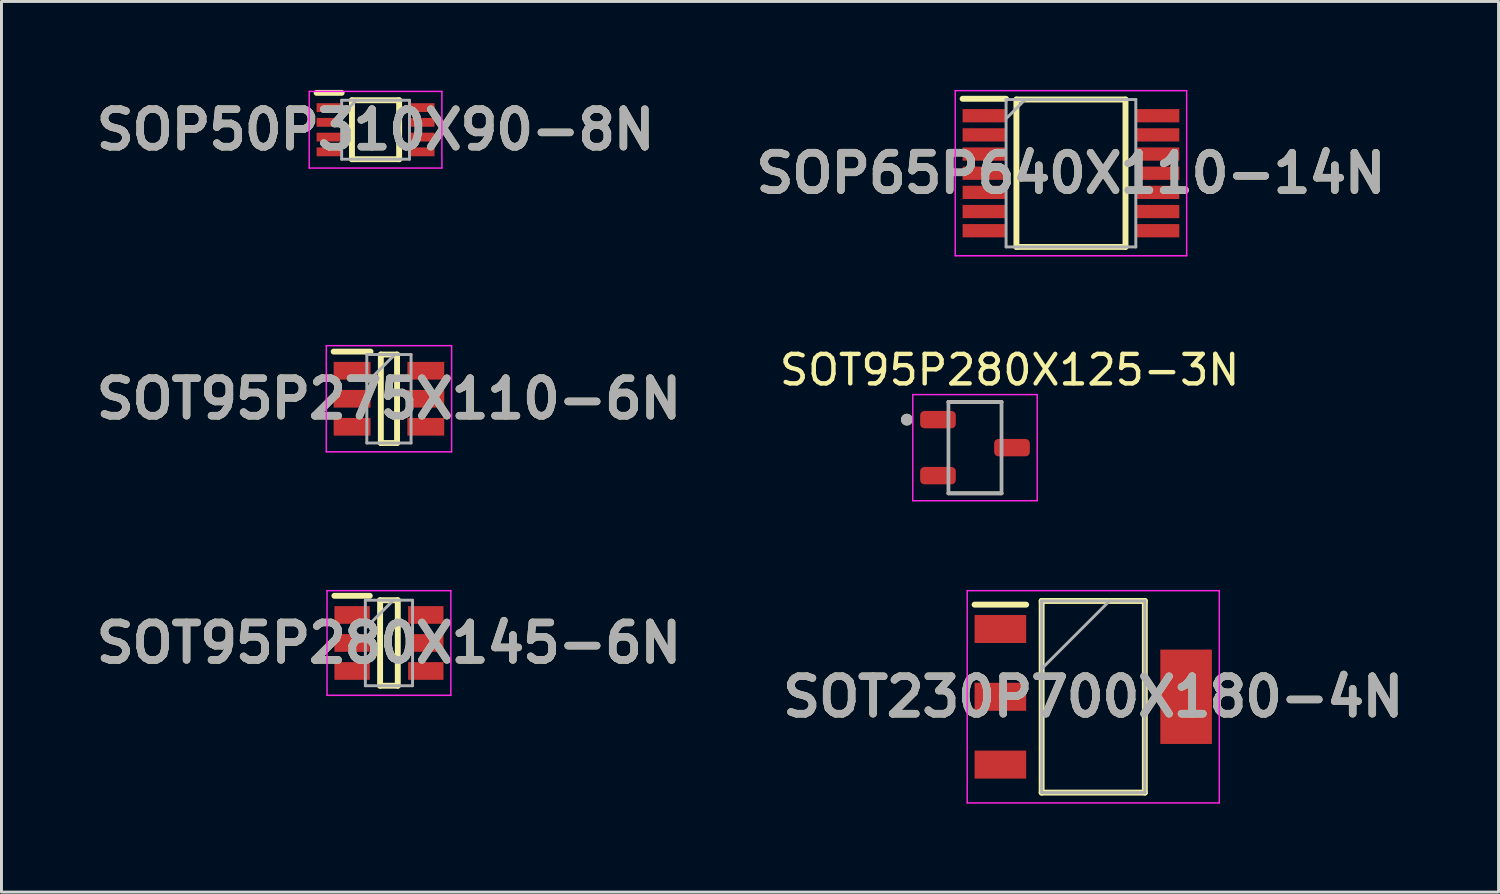
<source format=kicad_pcb>
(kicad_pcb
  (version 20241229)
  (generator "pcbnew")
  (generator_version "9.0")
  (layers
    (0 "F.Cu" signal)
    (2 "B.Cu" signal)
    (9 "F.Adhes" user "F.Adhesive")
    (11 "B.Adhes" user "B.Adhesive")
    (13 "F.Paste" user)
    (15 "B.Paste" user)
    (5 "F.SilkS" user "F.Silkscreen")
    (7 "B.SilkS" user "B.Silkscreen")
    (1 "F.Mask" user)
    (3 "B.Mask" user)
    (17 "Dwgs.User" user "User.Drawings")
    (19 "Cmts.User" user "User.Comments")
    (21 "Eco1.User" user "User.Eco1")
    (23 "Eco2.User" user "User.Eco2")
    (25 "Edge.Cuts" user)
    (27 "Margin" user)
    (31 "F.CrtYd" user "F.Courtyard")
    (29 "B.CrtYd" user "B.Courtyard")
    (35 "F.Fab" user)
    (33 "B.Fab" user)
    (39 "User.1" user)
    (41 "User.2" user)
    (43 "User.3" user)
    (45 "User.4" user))
  (footprint "SOT95P280X125-3N"
    (layer "F.Cu")
    (at 30.019 12.133)
    (property "Reference" "SOT95P280X125-3N" (at 1.175 -2.635 0) (layer "F.SilkS") (effects (font (size 1 1) (thickness 0.15))))
    (attr smd)
    (fp_line (start -0.9 1.55) (end 0.9 1.55) (stroke (width 0.127) (type solid)) (layer "F.SilkS"))
    (fp_line (start 0.9 -1.55) (end -0.9 -1.55) (stroke (width 0.127) (type solid)) (layer "F.SilkS"))
    (fp_circle (center -2.31 -0.95) (end -2.21 -0.95) (stroke (width 0.2) (type solid)) (fill no) (layer "F.SilkS"))
    (fp_line (start -2.11 -1.8) (end 2.11 -1.8) (stroke (width 0.05) (type solid)) (layer "F.CrtYd"))
    (fp_line (start -2.11 1.8) (end -2.11 -1.8) (stroke (width 0.05) (type solid)) (layer "F.CrtYd"))
    (fp_line (start 2.11 -1.8) (end 2.11 1.8) (stroke (width 0.05) (type solid)) (layer "F.CrtYd"))
    (fp_line (start 2.11 1.8) (end -2.11 1.8) (stroke (width 0.05) (type solid)) (layer "F.CrtYd"))
    (fp_line (start -0.9 -1.55) (end -0.9 1.55) (stroke (width 0.127) (type solid)) (layer "F.Fab"))
    (fp_line (start -0.9 1.55) (end 0.9 1.55) (stroke (width 0.127) (type solid)) (layer "F.Fab"))
    (fp_line (start 0.9 -1.55) (end -0.9 -1.55) (stroke (width 0.127) (type solid)) (layer "F.Fab"))
    (fp_line (start 0.9 1.55) (end 0.9 -1.55) (stroke (width 0.127) (type solid)) (layer "F.Fab"))
    (fp_circle (center -2.31 -0.95) (end -2.21 -0.95) (stroke (width 0.2) (type solid)) (fill no) (layer "F.Fab"))
    (pad "1" smd roundrect (at -1.255 -0.95) (size 1.21 0.59) (layers "F.Cu" "F.Mask" "F.Paste") (roundrect_rratio 0.25))
    (pad "2" smd roundrect (at -1.255 0.95) (size 1.21 0.59) (layers "F.Cu" "F.Mask" "F.Paste") (roundrect_rratio 0.25))
    (pad "3" smd roundrect (at 1.255 0) (size 1.21 0.59) (layers "F.Cu" "F.Mask" "F.Paste") (roundrect_rratio 0.25)))
  (footprint "SOT95P280X145-6N"
    (layer "F.Cu")
    (at 10.142 18.758)
    (property "Reference" "SOT95P280X145-6N" (at 0 0 0) (layer "F.SilkS") (effects (font (size 1.27 1.27) (thickness 0.254))))
    (attr smd)
    (fp_line (start -1.85 -1.6) (end -0.65 -1.6) (stroke (width 0.2) (type solid)) (layer "F.SilkS"))
    (fp_line (start -0.3 -1.45) (end 0.3 -1.45) (stroke (width 0.2) (type solid)) (layer "F.SilkS"))
    (fp_line (start -0.3 1.45) (end -0.3 -1.45) (stroke (width 0.2) (type solid)) (layer "F.SilkS"))
    (fp_line (start 0.3 -1.45) (end 0.3 1.45) (stroke (width 0.2) (type solid)) (layer "F.SilkS"))
    (fp_line (start 0.3 1.45) (end -0.3 1.45) (stroke (width 0.2) (type solid)) (layer "F.SilkS"))
    (fp_line (start -2.1 -1.775) (end 2.1 -1.775) (stroke (width 0.05) (type solid)) (layer "F.CrtYd"))
    (fp_line (start -2.1 1.775) (end -2.1 -1.775) (stroke (width 0.05) (type solid)) (layer "F.CrtYd"))
    (fp_line (start 2.1 -1.775) (end 2.1 1.775) (stroke (width 0.05) (type solid)) (layer "F.CrtYd"))
    (fp_line (start 2.1 1.775) (end -2.1 1.775) (stroke (width 0.05) (type solid)) (layer "F.CrtYd"))
    (fp_line (start -0.8 -1.45) (end 0.8 -1.45) (stroke (width 0.1) (type solid)) (layer "F.Fab"))
    (fp_line (start -0.8 -0.5) (end 0.15 -1.45) (stroke (width 0.1) (type solid)) (layer "F.Fab"))
    (fp_line (start -0.8 1.45) (end -0.8 -1.45) (stroke (width 0.1) (type solid)) (layer "F.Fab"))
    (fp_line (start 0.8 -1.45) (end 0.8 1.45) (stroke (width 0.1) (type solid)) (layer "F.Fab"))
    (fp_line (start 0.8 1.45) (end -0.8 1.45) (stroke (width 0.1) (type solid)) (layer "F.Fab"))
    (fp_text user "${REFERENCE}" (at 0 0 0) (layer "F.Fab") (effects (font (size 1.27 1.27) (thickness 0.254))))
    (pad "1" smd rect (at -1.25 -0.95 90) (size 0.6 1.2) (layers "F.Cu" "F.Mask" "F.Paste"))
    (pad "2" smd rect (at -1.25 0 90) (size 0.6 1.2) (layers "F.Cu" "F.Mask" "F.Paste"))
    (pad "3" smd rect (at -1.25 0.95 90) (size 0.6 1.2) (layers "F.Cu" "F.Mask" "F.Paste"))
    (pad "4" smd rect (at 1.25 0.95 90) (size 0.6 1.2) (layers "F.Cu" "F.Mask" "F.Paste"))
    (pad "5" smd rect (at 1.25 0 90) (size 0.6 1.2) (layers "F.Cu" "F.Mask" "F.Paste"))
    (pad "6" smd rect (at 1.25 -0.95 90) (size 0.6 1.2) (layers "F.Cu" "F.Mask" "F.Paste")))
  (footprint "SOT230P700X180-4N"
    (layer "F.Cu")
    (at 34.03 20.583)
    (property "Reference" "SOT230P700X180-4N" (at 0 0 0) (layer "F.SilkS") (effects (font (size 1.27 1.27) (thickness 0.254))))
    (attr smd)
    (fp_line (start -4.025 -3.125) (end -2.275 -3.125) (stroke (width 0.2) (type solid)) (layer "F.SilkS"))
    (fp_line (start -1.75 -3.25) (end 1.75 -3.25) (stroke (width 0.2) (type solid)) (layer "F.SilkS"))
    (fp_line (start -1.75 3.25) (end -1.75 -3.25) (stroke (width 0.2) (type solid)) (layer "F.SilkS"))
    (fp_line (start 1.75 -3.25) (end 1.75 3.25) (stroke (width 0.2) (type solid)) (layer "F.SilkS"))
    (fp_line (start 1.75 3.25) (end -1.75 3.25) (stroke (width 0.2) (type solid)) (layer "F.SilkS"))
    (fp_line (start -4.275 -3.6) (end 4.275 -3.6) (stroke (width 0.05) (type solid)) (layer "F.CrtYd"))
    (fp_line (start -4.275 3.6) (end -4.275 -3.6) (stroke (width 0.05) (type solid)) (layer "F.CrtYd"))
    (fp_line (start 4.275 -3.6) (end 4.275 3.6) (stroke (width 0.05) (type solid)) (layer "F.CrtYd"))
    (fp_line (start 4.275 3.6) (end -4.275 3.6) (stroke (width 0.05) (type solid)) (layer "F.CrtYd"))
    (fp_line (start -1.75 -3.25) (end 1.75 -3.25) (stroke (width 0.1) (type solid)) (layer "F.Fab"))
    (fp_line (start -1.75 -0.95) (end 0.55 -3.25) (stroke (width 0.1) (type solid)) (layer "F.Fab"))
    (fp_line (start -1.75 3.25) (end -1.75 -3.25) (stroke (width 0.1) (type solid)) (layer "F.Fab"))
    (fp_line (start 1.75 -3.25) (end 1.75 3.25) (stroke (width 0.1) (type solid)) (layer "F.Fab"))
    (fp_line (start 1.75 3.25) (end -1.75 3.25) (stroke (width 0.1) (type solid)) (layer "F.Fab"))
    (fp_text user "${REFERENCE}" (at 0 0 0) (layer "F.Fab") (effects (font (size 1.27 1.27) (thickness 0.254))))
    (pad "1" smd rect (at -3.15 -2.3 90) (size 0.95 1.75) (layers "F.Cu" "F.Mask" "F.Paste"))
    (pad "2" smd rect (at -3.15 0 90) (size 0.95 1.75) (layers "F.Cu" "F.Mask" "F.Paste"))
    (pad "3" smd rect (at -3.15 2.3 90) (size 0.95 1.75) (layers "F.Cu" "F.Mask" "F.Paste"))
    (pad "4" smd rect (at 3.15 0) (size 1.75 3.2) (layers "F.Cu" "F.Mask" "F.Paste")))
  (footprint "SOP65P640X110-14N"
    (layer "F.Cu")
    (at 33.274 2.825)
    (property "Reference" "SOP65P640X110-14N" (at 0 0 0) (layer "F.SilkS") (effects (font (size 1.27 1.27) (thickness 0.254))))
    (attr smd)
    (fp_line (start -3.675 -2.525) (end -2.2 -2.525) (stroke (width 0.2) (type solid)) (layer "F.SilkS"))
    (fp_line (start -1.85 -2.5) (end 1.85 -2.5) (stroke (width 0.2) (type solid)) (layer "F.SilkS"))
    (fp_line (start -1.85 2.5) (end -1.85 -2.5) (stroke (width 0.2) (type solid)) (layer "F.SilkS"))
    (fp_line (start 1.85 -2.5) (end 1.85 2.5) (stroke (width 0.2) (type solid)) (layer "F.SilkS"))
    (fp_line (start 1.85 2.5) (end -1.85 2.5) (stroke (width 0.2) (type solid)) (layer "F.SilkS"))
    (fp_line (start -3.925 -2.8) (end 3.925 -2.8) (stroke (width 0.05) (type solid)) (layer "F.CrtYd"))
    (fp_line (start -3.925 2.8) (end -3.925 -2.8) (stroke (width 0.05) (type solid)) (layer "F.CrtYd"))
    (fp_line (start 3.925 -2.8) (end 3.925 2.8) (stroke (width 0.05) (type solid)) (layer "F.CrtYd"))
    (fp_line (start 3.925 2.8) (end -3.925 2.8) (stroke (width 0.05) (type solid)) (layer "F.CrtYd"))
    (fp_line (start -2.2 -2.5) (end 2.2 -2.5) (stroke (width 0.1) (type solid)) (layer "F.Fab"))
    (fp_line (start -2.2 -1.85) (end -1.55 -2.5) (stroke (width 0.1) (type solid)) (layer "F.Fab"))
    (fp_line (start -2.2 2.5) (end -2.2 -2.5) (stroke (width 0.1) (type solid)) (layer "F.Fab"))
    (fp_line (start 2.2 -2.5) (end 2.2 2.5) (stroke (width 0.1) (type solid)) (layer "F.Fab"))
    (fp_line (start 2.2 2.5) (end -2.2 2.5) (stroke (width 0.1) (type solid)) (layer "F.Fab"))
    (fp_text user "${REFERENCE}" (at 0 0 0) (layer "F.Fab") (effects (font (size 1.27 1.27) (thickness 0.254))))
    (pad "1" smd rect (at -2.938 -1.95 90) (size 0.45 1.475) (layers "F.Cu" "F.Mask" "F.Paste"))
    (pad "2" smd rect (at -2.938 -1.3 90) (size 0.45 1.475) (layers "F.Cu" "F.Mask" "F.Paste"))
    (pad "3" smd rect (at -2.938 -0.65 90) (size 0.45 1.475) (layers "F.Cu" "F.Mask" "F.Paste"))
    (pad "4" smd rect (at -2.938 0 90) (size 0.45 1.475) (layers "F.Cu" "F.Mask" "F.Paste"))
    (pad "5" smd rect (at -2.938 0.65 90) (size 0.45 1.475) (layers "F.Cu" "F.Mask" "F.Paste"))
    (pad "6" smd rect (at -2.938 1.3 90) (size 0.45 1.475) (layers "F.Cu" "F.Mask" "F.Paste"))
    (pad "7" smd rect (at -2.938 1.95 90) (size 0.45 1.475) (layers "F.Cu" "F.Mask" "F.Paste"))
    (pad "8" smd rect (at 2.938 1.95 90) (size 0.45 1.475) (layers "F.Cu" "F.Mask" "F.Paste"))
    (pad "9" smd rect (at 2.938 1.3 90) (size 0.45 1.475) (layers "F.Cu" "F.Mask" "F.Paste"))
    (pad "10" smd rect (at 2.938 0.65 90) (size 0.45 1.475) (layers "F.Cu" "F.Mask" "F.Paste"))
    (pad "11" smd rect (at 2.938 0 90) (size 0.45 1.475) (layers "F.Cu" "F.Mask" "F.Paste"))
    (pad "12" smd rect (at 2.938 -0.65 90) (size 0.45 1.475) (layers "F.Cu" "F.Mask" "F.Paste"))
    (pad "13" smd rect (at 2.938 -1.3 90) (size 0.45 1.475) (layers "F.Cu" "F.Mask" "F.Paste"))
    (pad "14" smd rect (at 2.938 -1.95 90) (size 0.45 1.475) (layers "F.Cu" "F.Mask" "F.Paste")))
  (footprint "SOT95P275X110-6N"
    (layer "F.Cu")
    (at 10.142 10.475)
    (property "Reference" "SOT95P275X110-6N" (at 0 0 0) (layer "F.SilkS") (effects (font (size 1.27 1.27) (thickness 0.254))))
    (attr smd)
    (fp_line (start -1.875 -1.6) (end -0.625 -1.6) (stroke (width 0.2) (type solid)) (layer "F.SilkS"))
    (fp_line (start -0.275 -1.5) (end 0.275 -1.5) (stroke (width 0.2) (type solid)) (layer "F.SilkS"))
    (fp_line (start -0.275 1.5) (end -0.275 -1.5) (stroke (width 0.2) (type solid)) (layer "F.SilkS"))
    (fp_line (start 0.275 -1.5) (end 0.275 1.5) (stroke (width 0.2) (type solid)) (layer "F.SilkS"))
    (fp_line (start 0.275 1.5) (end -0.275 1.5) (stroke (width 0.2) (type solid)) (layer "F.SilkS"))
    (fp_line (start -2.125 -1.8) (end 2.125 -1.8) (stroke (width 0.05) (type solid)) (layer "F.CrtYd"))
    (fp_line (start -2.125 1.8) (end -2.125 -1.8) (stroke (width 0.05) (type solid)) (layer "F.CrtYd"))
    (fp_line (start 2.125 -1.8) (end 2.125 1.8) (stroke (width 0.05) (type solid)) (layer "F.CrtYd"))
    (fp_line (start 2.125 1.8) (end -2.125 1.8) (stroke (width 0.05) (type solid)) (layer "F.CrtYd"))
    (fp_line (start -0.75 -1.5) (end 0.75 -1.5) (stroke (width 0.1) (type solid)) (layer "F.Fab"))
    (fp_line (start -0.75 -0.55) (end 0.2 -1.5) (stroke (width 0.1) (type solid)) (layer "F.Fab"))
    (fp_line (start -0.75 1.5) (end -0.75 -1.5) (stroke (width 0.1) (type solid)) (layer "F.Fab"))
    (fp_line (start 0.75 -1.5) (end 0.75 1.5) (stroke (width 0.1) (type solid)) (layer "F.Fab"))
    (fp_line (start 0.75 1.5) (end -0.75 1.5) (stroke (width 0.1) (type solid)) (layer "F.Fab"))
    (fp_text user "${REFERENCE}" (at 0 0 0) (layer "F.Fab") (effects (font (size 1.27 1.27) (thickness 0.254))))
    (pad "1" smd rect (at -1.25 -0.95 90) (size 0.6 1.25) (layers "F.Cu" "F.Mask" "F.Paste"))
    (pad "2" smd rect (at -1.25 0 90) (size 0.6 1.25) (layers "F.Cu" "F.Mask" "F.Paste"))
    (pad "3" smd rect (at -1.25 0.95 90) (size 0.6 1.25) (layers "F.Cu" "F.Mask" "F.Paste"))
    (pad "4" smd rect (at 1.25 0.95 90) (size 0.6 1.25) (layers "F.Cu" "F.Mask" "F.Paste"))
    (pad "5" smd rect (at 1.25 0 90) (size 0.6 1.25) (layers "F.Cu" "F.Mask" "F.Paste"))
    (pad "6" smd rect (at 1.25 -0.95 90) (size 0.6 1.25) (layers "F.Cu" "F.Mask" "F.Paste")))
  (footprint "SOP50P310X90-8N"
    (layer "F.Cu")
    (at 9.688 1.35)
    (property "Reference" "SOP50P310X90-8N" (at 0 0 0) (layer "F.SilkS") (effects (font (size 1.27 1.27) (thickness 0.254))))
    (attr smd)
    (fp_line (start -2 -1.25) (end -1.15 -1.25) (stroke (width 0.2) (type solid)) (layer "F.SilkS"))
    (fp_line (start -0.8 -1) (end 0.8 -1) (stroke (width 0.2) (type solid)) (layer "F.SilkS"))
    (fp_line (start -0.8 1) (end -0.8 -1) (stroke (width 0.2) (type solid)) (layer "F.SilkS"))
    (fp_line (start 0.8 -1) (end 0.8 1) (stroke (width 0.2) (type solid)) (layer "F.SilkS"))
    (fp_line (start 0.8 1) (end -0.8 1) (stroke (width 0.2) (type solid)) (layer "F.SilkS"))
    (fp_line (start -2.25 -1.3) (end 2.25 -1.3) (stroke (width 0.05) (type solid)) (layer "F.CrtYd"))
    (fp_line (start -2.25 1.3) (end -2.25 -1.3) (stroke (width 0.05) (type solid)) (layer "F.CrtYd"))
    (fp_line (start 2.25 -1.3) (end 2.25 1.3) (stroke (width 0.05) (type solid)) (layer "F.CrtYd"))
    (fp_line (start 2.25 1.3) (end -2.25 1.3) (stroke (width 0.05) (type solid)) (layer "F.CrtYd"))
    (fp_line (start -1.15 -1) (end 1.15 -1) (stroke (width 0.1) (type solid)) (layer "F.Fab"))
    (fp_line (start -1.15 -0.5) (end -0.65 -1) (stroke (width 0.1) (type solid)) (layer "F.Fab"))
    (fp_line (start -1.15 1) (end -1.15 -1) (stroke (width 0.1) (type solid)) (layer "F.Fab"))
    (fp_line (start 1.15 -1) (end 1.15 1) (stroke (width 0.1) (type solid)) (layer "F.Fab"))
    (fp_line (start 1.15 1) (end -1.15 1) (stroke (width 0.1) (type solid)) (layer "F.Fab"))
    (fp_text user "${REFERENCE}" (at 0 0 0) (layer "F.Fab") (effects (font (size 1.27 1.27) (thickness 0.254))))
    (pad "1" smd rect (at -1.575 -0.75 90) (size 0.3 0.85) (layers "F.Cu" "F.Mask" "F.Paste"))
    (pad "2" smd rect (at -1.575 -0.25 90) (size 0.3 0.85) (layers "F.Cu" "F.Mask" "F.Paste"))
    (pad "3" smd rect (at -1.575 0.25 90) (size 0.3 0.85) (layers "F.Cu" "F.Mask" "F.Paste"))
    (pad "4" smd rect (at -1.575 0.75 90) (size 0.3 0.85) (layers "F.Cu" "F.Mask" "F.Paste"))
    (pad "5" smd rect (at 1.575 0.75 90) (size 0.3 0.85) (layers "F.Cu" "F.Mask" "F.Paste"))
    (pad "6" smd rect (at 1.575 0.25 90) (size 0.3 0.85) (layers "F.Cu" "F.Mask" "F.Paste"))
    (pad "7" smd rect (at 1.575 -0.25 90) (size 0.3 0.85) (layers "F.Cu" "F.Mask" "F.Paste"))
    (pad "8" smd rect (at 1.575 -0.75 90) (size 0.3 0.85) (layers "F.Cu" "F.Mask" "F.Paste")))
  (gr_rect
    (start -3 -3)
    (end 47.777 27.208)
    (stroke (width 0.1) (type default))
    (fill no)
    (layer "Edge.Cuts")))
</source>
